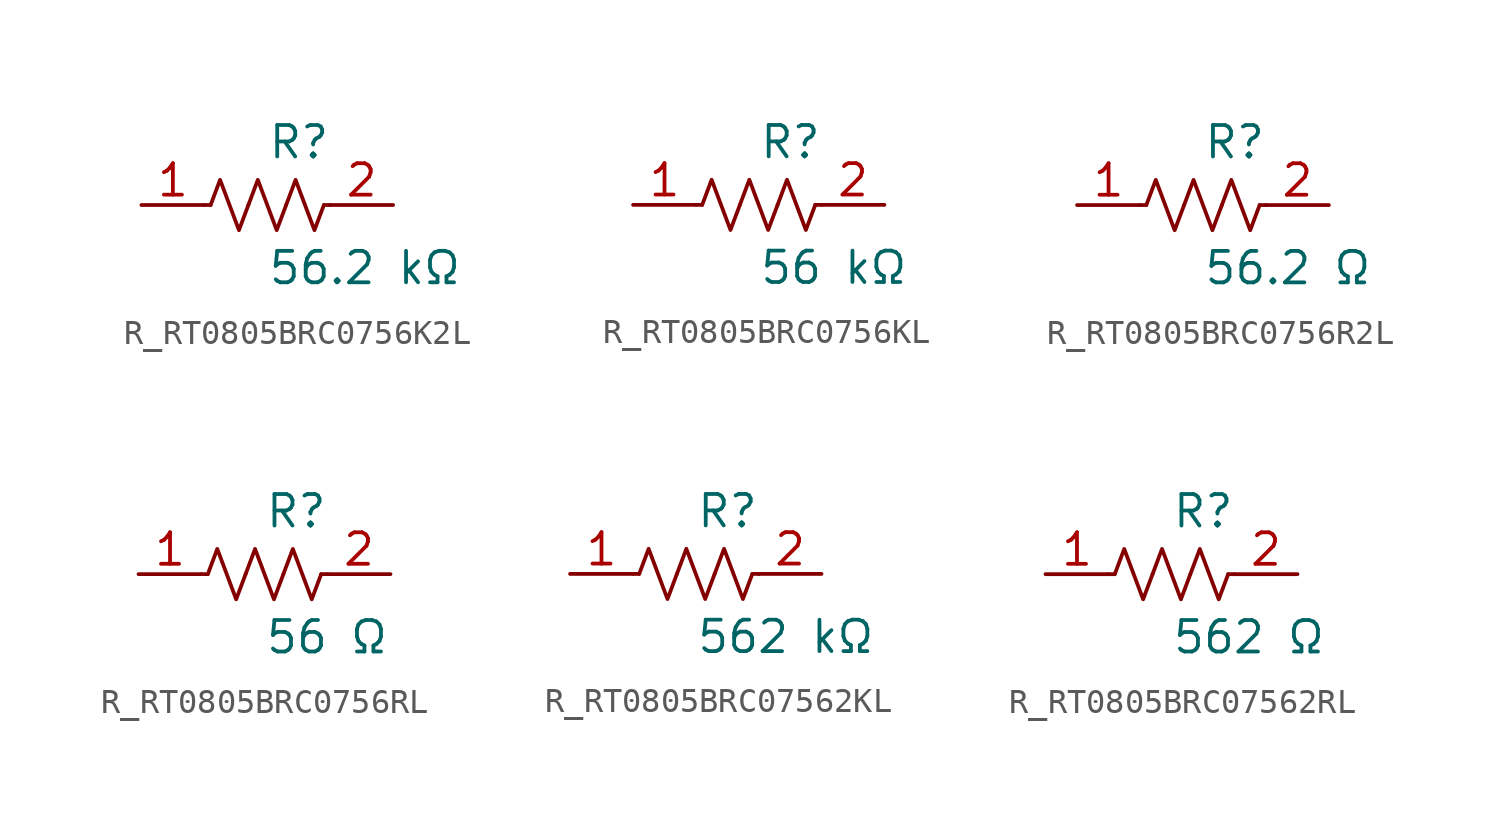
<source format=kicad_sym>
(kicad_symbol_lib
  (version 20231120)
  (generator kicad_symbol_editor)
  (generator_version 8.0)
  (symbol "R_RT0805BRC0756K2L"
    (pin_names
      (offset 0.254))
    (property "Reference" "R"
      (at 0 2.54 0)
      (effects (font (size 1.27 1.27)) (justify left)))
    (property "Value" "56.2 kΩ"
      (at 0 -2.54 0)
      (effects (font (size 1.27 1.27)) (justify left)))
    (symbol "R_RT0805BRC0756K2L_0_1"
      (polyline (pts (xy 2.286 0) (xy 2.54 0)) (stroke (width 0) (type default)) (fill (type none)))
      (polyline (pts (xy -2.286 0) (xy -2.54 0)) (stroke (width 0) (type default)) (fill (type none)))
      (polyline (pts (xy 0.762 0) (xy 1.143 1.016) (xy 1.524 0) (xy 1.905 -1.016) (xy 2.286 0)) (stroke (width 0) (type default)) (fill (type none)))
      (polyline (pts (xy -0.762 0) (xy -0.381 1.016) (xy 0 0) (xy 0.381 -1.016) (xy 0.762 0)) (stroke (width 0) (type default)) (fill (type none)))
      (polyline (pts (xy -2.286 0) (xy -1.905 1.016) (xy -1.524 0) (xy -1.143 -1.016) (xy -0.762 0)) (stroke (width 0) (type default)) (fill (type none))))
    (pin unspecified line
      (at -5.08 0 0)
      (length 2.54)
      (name "" (effects (font (size 1.27 1.27))))
      (number "1" (effects (font (size 1.27 1.27)))))
    (pin unspecified line
      (at 5.08 0 180)
      (length 2.54)
      (name "" (effects (font (size 1.27 1.27))))
      (number "2" (effects (font (size 1.27 1.27))))))
  (symbol "R_RT0805BRC0756KL"
    (pin_names
      (offset 0.254))
    (property "Reference" "R"
      (at 0 2.54 0)
      (effects (font (size 1.27 1.27)) (justify left)))
    (property "Value" "56 kΩ"
      (at 0 -2.54 0)
      (effects (font (size 1.27 1.27)) (justify left)))
    (symbol "R_RT0805BRC0756KL_0_1"
      (polyline (pts (xy 2.286 0) (xy 2.54 0)) (stroke (width 0) (type default)) (fill (type none)))
      (polyline (pts (xy -2.286 0) (xy -2.54 0)) (stroke (width 0) (type default)) (fill (type none)))
      (polyline (pts (xy 0.762 0) (xy 1.143 1.016) (xy 1.524 0) (xy 1.905 -1.016) (xy 2.286 0)) (stroke (width 0) (type default)) (fill (type none)))
      (polyline (pts (xy -0.762 0) (xy -0.381 1.016) (xy 0 0) (xy 0.381 -1.016) (xy 0.762 0)) (stroke (width 0) (type default)) (fill (type none)))
      (polyline (pts (xy -2.286 0) (xy -1.905 1.016) (xy -1.524 0) (xy -1.143 -1.016) (xy -0.762 0)) (stroke (width 0) (type default)) (fill (type none))))
    (pin unspecified line
      (at -5.08 0 0)
      (length 2.54)
      (name "" (effects (font (size 1.27 1.27))))
      (number "1" (effects (font (size 1.27 1.27)))))
    (pin unspecified line
      (at 5.08 0 180)
      (length 2.54)
      (name "" (effects (font (size 1.27 1.27))))
      (number "2" (effects (font (size 1.27 1.27))))))
  (symbol "R_RT0805BRC0756R2L"
    (pin_names
      (offset 0.254))
    (property "Reference" "R"
      (at 0 2.54 0)
      (effects (font (size 1.27 1.27)) (justify left)))
    (property "Value" "56.2 Ω"
      (at 0 -2.54 0)
      (effects (font (size 1.27 1.27)) (justify left)))
    (symbol "R_RT0805BRC0756R2L_0_1"
      (polyline (pts (xy 2.286 0) (xy 2.54 0)) (stroke (width 0) (type default)) (fill (type none)))
      (polyline (pts (xy -2.286 0) (xy -2.54 0)) (stroke (width 0) (type default)) (fill (type none)))
      (polyline (pts (xy 0.762 0) (xy 1.143 1.016) (xy 1.524 0) (xy 1.905 -1.016) (xy 2.286 0)) (stroke (width 0) (type default)) (fill (type none)))
      (polyline (pts (xy -0.762 0) (xy -0.381 1.016) (xy 0 0) (xy 0.381 -1.016) (xy 0.762 0)) (stroke (width 0) (type default)) (fill (type none)))
      (polyline (pts (xy -2.286 0) (xy -1.905 1.016) (xy -1.524 0) (xy -1.143 -1.016) (xy -0.762 0)) (stroke (width 0) (type default)) (fill (type none))))
    (pin unspecified line
      (at -5.08 0 0)
      (length 2.54)
      (name "" (effects (font (size 1.27 1.27))))
      (number "1" (effects (font (size 1.27 1.27)))))
    (pin unspecified line
      (at 5.08 0 180)
      (length 2.54)
      (name "" (effects (font (size 1.27 1.27))))
      (number "2" (effects (font (size 1.27 1.27))))))
  (symbol "R_RT0805BRC0756RL"
    (pin_names
      (offset 0.254))
    (property "Reference" "R"
      (at 0 2.54 0)
      (effects (font (size 1.27 1.27)) (justify left)))
    (property "Value" "56 Ω"
      (at 0 -2.54 0)
      (effects (font (size 1.27 1.27)) (justify left)))
    (symbol "R_RT0805BRC0756RL_0_1"
      (polyline (pts (xy 2.286 0) (xy 2.54 0)) (stroke (width 0) (type default)) (fill (type none)))
      (polyline (pts (xy -2.286 0) (xy -2.54 0)) (stroke (width 0) (type default)) (fill (type none)))
      (polyline (pts (xy 0.762 0) (xy 1.143 1.016) (xy 1.524 0) (xy 1.905 -1.016) (xy 2.286 0)) (stroke (width 0) (type default)) (fill (type none)))
      (polyline (pts (xy -0.762 0) (xy -0.381 1.016) (xy 0 0) (xy 0.381 -1.016) (xy 0.762 0)) (stroke (width 0) (type default)) (fill (type none)))
      (polyline (pts (xy -2.286 0) (xy -1.905 1.016) (xy -1.524 0) (xy -1.143 -1.016) (xy -0.762 0)) (stroke (width 0) (type default)) (fill (type none))))
    (pin unspecified line
      (at -5.08 0 0)
      (length 2.54)
      (name "" (effects (font (size 1.27 1.27))))
      (number "1" (effects (font (size 1.27 1.27)))))
    (pin unspecified line
      (at 5.08 0 180)
      (length 2.54)
      (name "" (effects (font (size 1.27 1.27))))
      (number "2" (effects (font (size 1.27 1.27))))))
  (symbol "R_RT0805BRC07562KL"
    (pin_names
      (offset 0.254))
    (property "Reference" "R"
      (at 0 2.54 0)
      (effects (font (size 1.27 1.27)) (justify left)))
    (property "Value" "562 kΩ"
      (at 0 -2.54 0)
      (effects (font (size 1.27 1.27)) (justify left)))
    (symbol "R_RT0805BRC07562KL_0_1"
      (polyline (pts (xy 2.286 0) (xy 2.54 0)) (stroke (width 0) (type default)) (fill (type none)))
      (polyline (pts (xy -2.286 0) (xy -2.54 0)) (stroke (width 0) (type default)) (fill (type none)))
      (polyline (pts (xy 0.762 0) (xy 1.143 1.016) (xy 1.524 0) (xy 1.905 -1.016) (xy 2.286 0)) (stroke (width 0) (type default)) (fill (type none)))
      (polyline (pts (xy -0.762 0) (xy -0.381 1.016) (xy 0 0) (xy 0.381 -1.016) (xy 0.762 0)) (stroke (width 0) (type default)) (fill (type none)))
      (polyline (pts (xy -2.286 0) (xy -1.905 1.016) (xy -1.524 0) (xy -1.143 -1.016) (xy -0.762 0)) (stroke (width 0) (type default)) (fill (type none))))
    (pin unspecified line
      (at -5.08 0 0)
      (length 2.54)
      (name "" (effects (font (size 1.27 1.27))))
      (number "1" (effects (font (size 1.27 1.27)))))
    (pin unspecified line
      (at 5.08 0 180)
      (length 2.54)
      (name "" (effects (font (size 1.27 1.27))))
      (number "2" (effects (font (size 1.27 1.27))))))
  (symbol "R_RT0805BRC07562RL"
    (pin_names
      (offset 0.254))
    (property "Reference" "R"
      (at 0 2.54 0)
      (effects (font (size 1.27 1.27)) (justify left)))
    (property "Value" "562 Ω"
      (at 0 -2.54 0)
      (effects (font (size 1.27 1.27)) (justify left)))
    (symbol "R_RT0805BRC07562RL_0_1"
      (polyline (pts (xy 2.286 0) (xy 2.54 0)) (stroke (width 0) (type default)) (fill (type none)))
      (polyline (pts (xy -2.286 0) (xy -2.54 0)) (stroke (width 0) (type default)) (fill (type none)))
      (polyline (pts (xy 0.762 0) (xy 1.143 1.016) (xy 1.524 0) (xy 1.905 -1.016) (xy 2.286 0)) (stroke (width 0) (type default)) (fill (type none)))
      (polyline (pts (xy -0.762 0) (xy -0.381 1.016) (xy 0 0) (xy 0.381 -1.016) (xy 0.762 0)) (stroke (width 0) (type default)) (fill (type none)))
      (polyline (pts (xy -2.286 0) (xy -1.905 1.016) (xy -1.524 0) (xy -1.143 -1.016) (xy -0.762 0)) (stroke (width 0) (type default)) (fill (type none))))
    (pin unspecified line
      (at -5.08 0 0)
      (length 2.54)
      (name "" (effects (font (size 1.27 1.27))))
      (number "1" (effects (font (size 1.27 1.27)))))
    (pin unspecified line
      (at 5.08 0 180)
      (length 2.54)
      (name "" (effects (font (size 1.27 1.27))))
      (number "2" (effects (font (size 1.27 1.27)))))))
</source>
